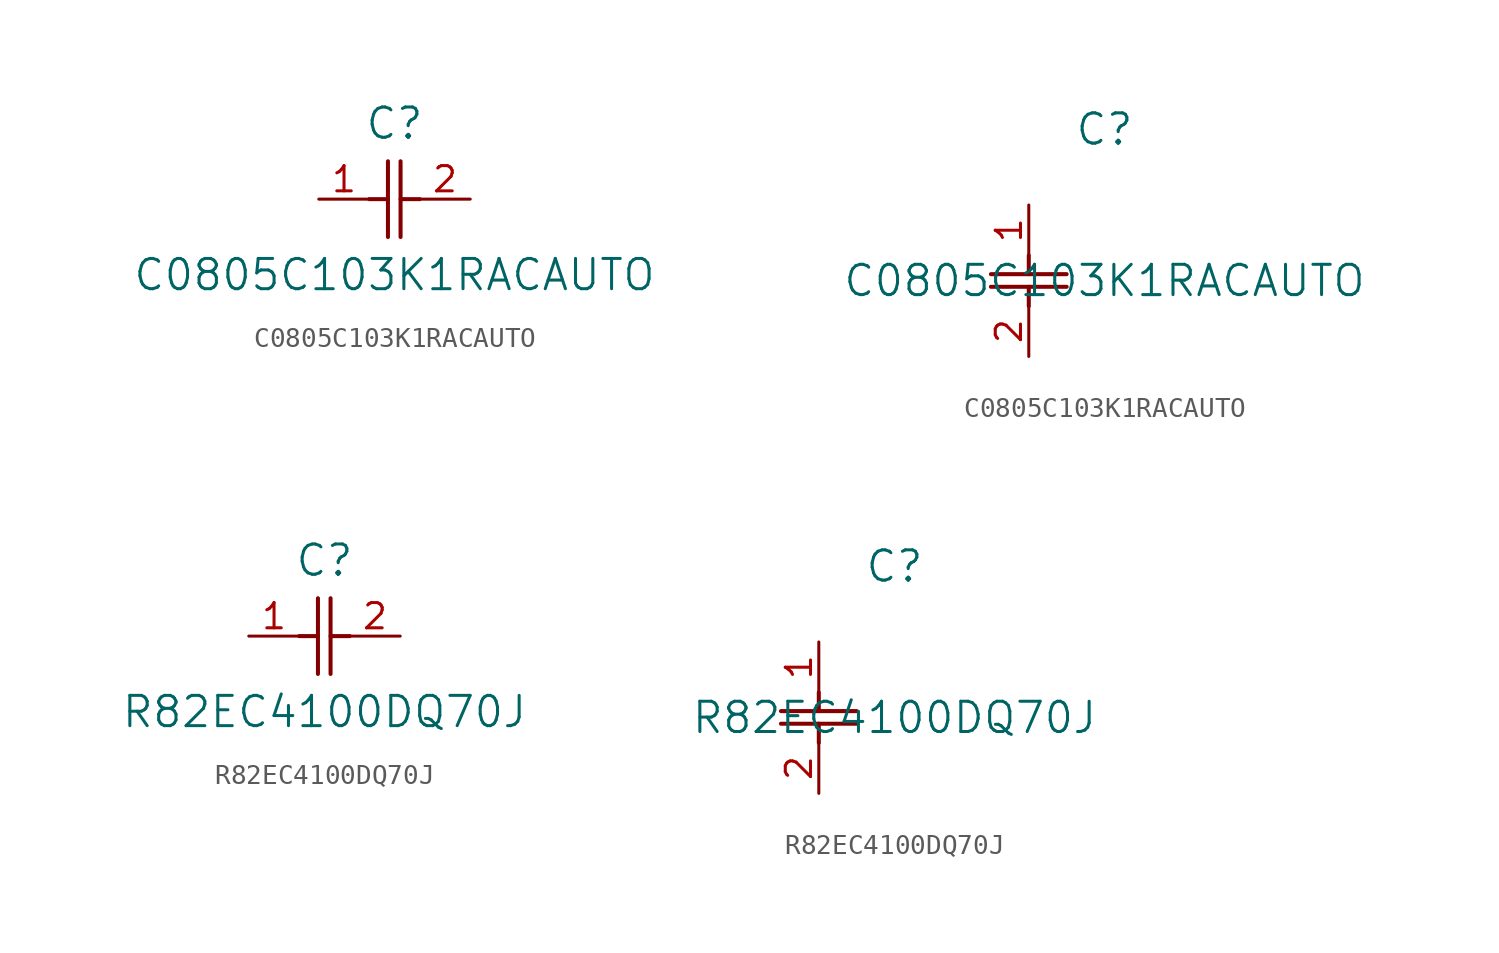
<source format=kicad_sym>
(kicad_symbol_lib
  (version 20231120)
  (generator "kicad_symbol_editor")
  (generator_version "8.0")
  (symbol "C0805C103K1RACAUTO"
    (pin_names
      (offset 0.254))
    (property "Reference" "C"
      (at 3.81 3.81 0)
      (effects (font (size 1.524 1.524))))
    (property "Value" "C0805C103K1RACAUTO"
      (at 3.81 -3.81 0)
      (effects (font (size 1.524 1.524))))
    (property "ki_locked" ""
      (at 0 0 0)
      (effects (font (size 1.27 1.27))))
    (symbol "C0805C103K1RACAUTO_1_1"
      (polyline (pts (xy 2.54 0) (xy 3.48 0)) (stroke (width 0.203) (type default)) (fill (type none)))
      (polyline (pts (xy 3.48 -1.905) (xy 3.48 1.905)) (stroke (width 0.203) (type default)) (fill (type none)))
      (polyline (pts (xy 4.115 -1.905) (xy 4.115 1.905)) (stroke (width 0.203) (type default)) (fill (type none)))
      (polyline (pts (xy 4.115 0) (xy 5.08 0)) (stroke (width 0.203) (type default)) (fill (type none)))
      (pin unspecified line (at 0 0 0) (length 2.54) (name "" (effects (font (size 1.27 1.27)))) (number "1" (effects (font (size 1.27 1.27)))))
      (pin unspecified line (at 7.62 0 180) (length 2.54) (name "" (effects (font (size 1.27 1.27)))) (number "2" (effects (font (size 1.27 1.27))))))
    (symbol "C0805C103K1RACAUTO_1_2"
      (polyline (pts (xy -1.905 -4.115) (xy 1.905 -4.115)) (stroke (width 0.203) (type default)) (fill (type none)))
      (polyline (pts (xy -1.905 -3.48) (xy 1.905 -3.48)) (stroke (width 0.203) (type default)) (fill (type none)))
      (polyline (pts (xy 0 -4.115) (xy 0 -5.08)) (stroke (width 0.203) (type default)) (fill (type none)))
      (polyline (pts (xy 0 -2.54) (xy 0 -3.48)) (stroke (width 0.203) (type default)) (fill (type none)))
      (pin unspecified line (at 0 0 270) (length 2.54) (name "" (effects (font (size 1.27 1.27)))) (number "1" (effects (font (size 1.27 1.27)))))
      (pin unspecified line (at 0 -7.62 90) (length 2.54) (name "" (effects (font (size 1.27 1.27)))) (number "2" (effects (font (size 1.27 1.27)))))))
  (symbol "R82EC4100DQ70J"
    (pin_names
      (offset 0.254))
    (property "Reference" "C"
      (at 3.81 3.81 0)
      (effects (font (size 1.524 1.524))))
    (property "Value" "R82EC4100DQ70J"
      (at 3.81 -3.81 0)
      (effects (font (size 1.524 1.524))))
    (property "ki_locked" ""
      (at 0 0 0)
      (effects (font (size 1.27 1.27))))
    (symbol "R82EC4100DQ70J_1_1"
      (polyline (pts (xy 2.54 0) (xy 3.48 0)) (stroke (width 0.203) (type default)) (fill (type none)))
      (polyline (pts (xy 3.48 -1.905) (xy 3.48 1.905)) (stroke (width 0.203) (type default)) (fill (type none)))
      (polyline (pts (xy 4.115 -1.905) (xy 4.115 1.905)) (stroke (width 0.203) (type default)) (fill (type none)))
      (polyline (pts (xy 4.115 0) (xy 5.08 0)) (stroke (width 0.203) (type default)) (fill (type none)))
      (pin unspecified line (at 0 0 0) (length 2.54) (name "" (effects (font (size 1.27 1.27)))) (number "1" (effects (font (size 1.27 1.27)))))
      (pin unspecified line (at 7.62 0 180) (length 2.54) (name "" (effects (font (size 1.27 1.27)))) (number "2" (effects (font (size 1.27 1.27))))))
    (symbol "R82EC4100DQ70J_1_2"
      (polyline (pts (xy -1.905 -4.115) (xy 1.905 -4.115)) (stroke (width 0.203) (type default)) (fill (type none)))
      (polyline (pts (xy -1.905 -3.48) (xy 1.905 -3.48)) (stroke (width 0.203) (type default)) (fill (type none)))
      (polyline (pts (xy 0 -4.115) (xy 0 -5.08)) (stroke (width 0.203) (type default)) (fill (type none)))
      (polyline (pts (xy 0 -2.54) (xy 0 -3.48)) (stroke (width 0.203) (type default)) (fill (type none)))
      (pin unspecified line (at 0 0 270) (length 2.54) (name "" (effects (font (size 1.27 1.27)))) (number "1" (effects (font (size 1.27 1.27)))))
      (pin unspecified line (at 0 -7.62 90) (length 2.54) (name "" (effects (font (size 1.27 1.27)))) (number "2" (effects (font (size 1.27 1.27))))))))
</source>
